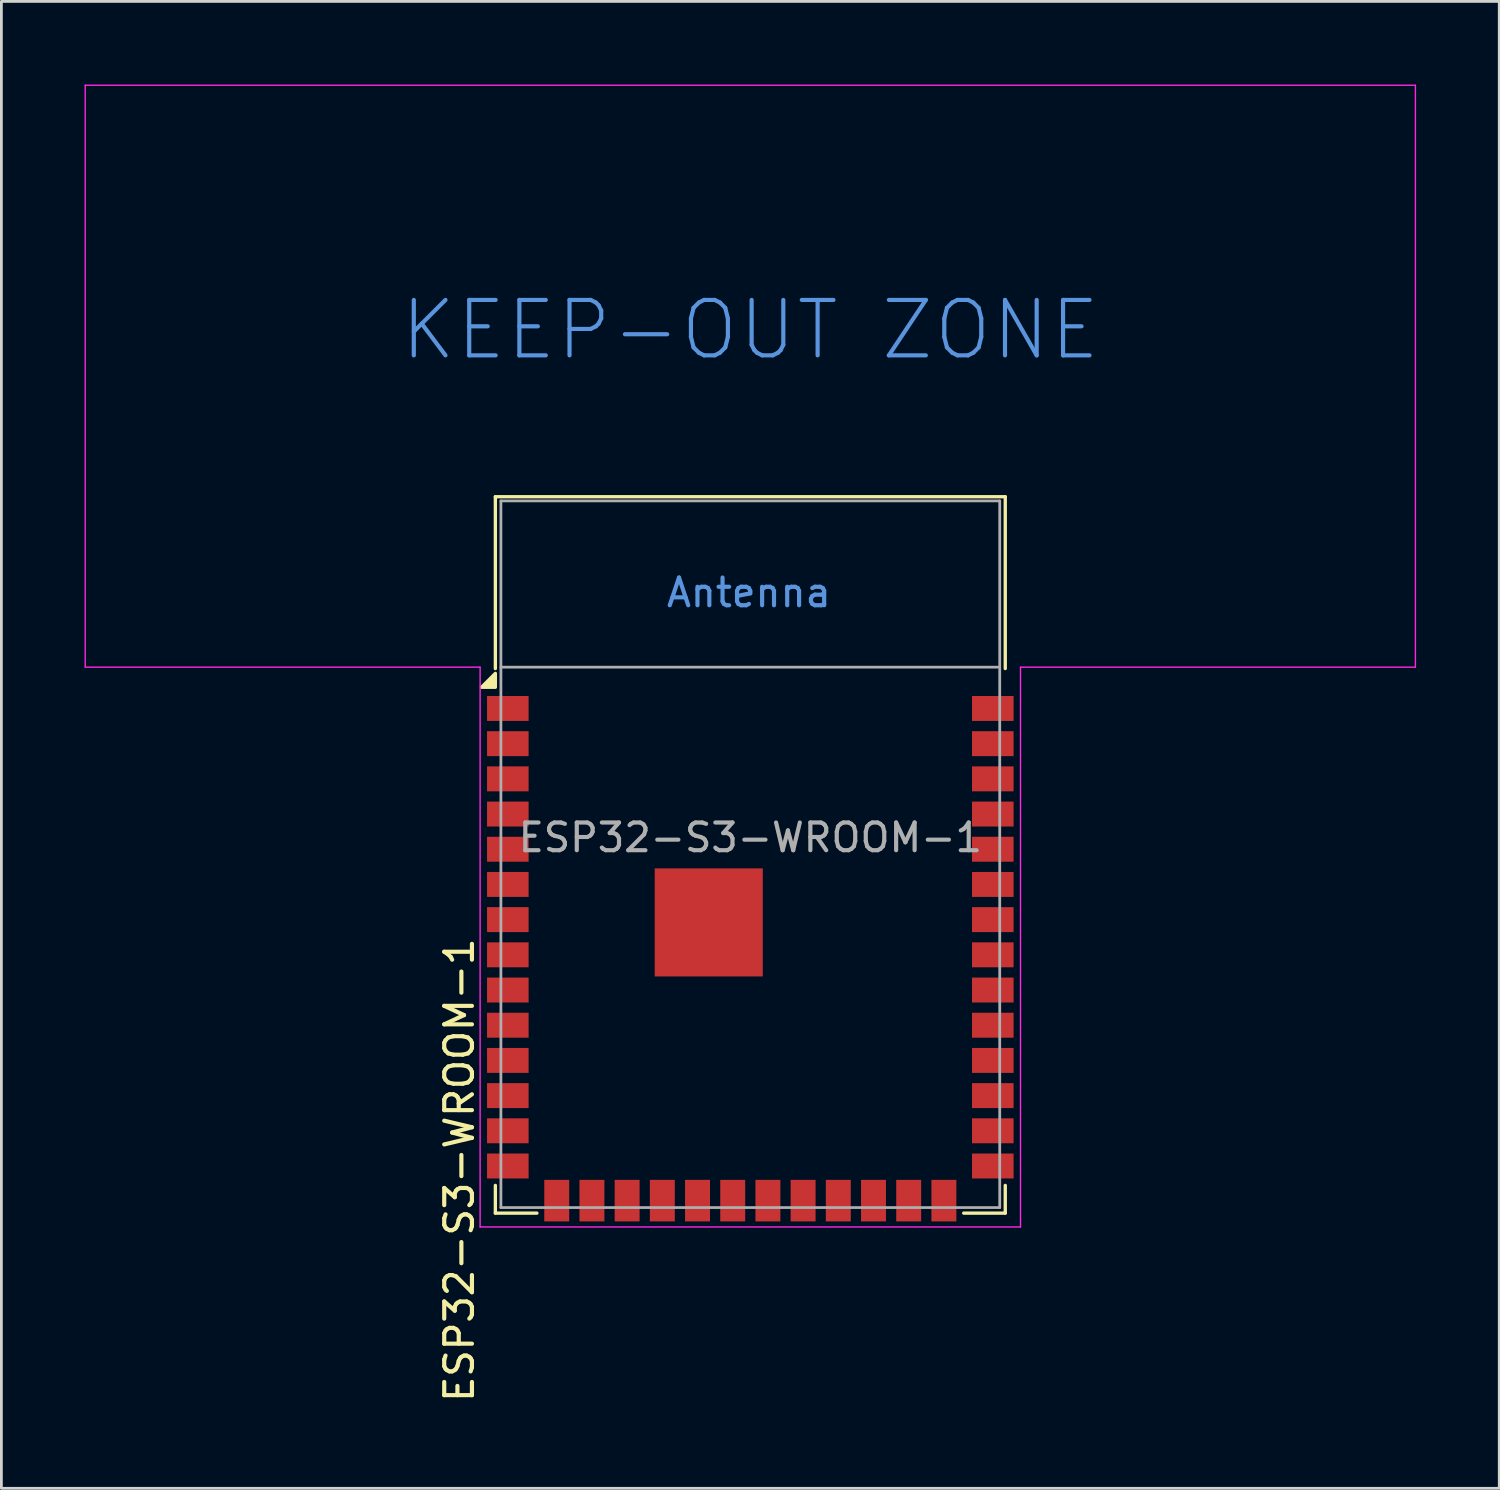
<source format=kicad_pcb>
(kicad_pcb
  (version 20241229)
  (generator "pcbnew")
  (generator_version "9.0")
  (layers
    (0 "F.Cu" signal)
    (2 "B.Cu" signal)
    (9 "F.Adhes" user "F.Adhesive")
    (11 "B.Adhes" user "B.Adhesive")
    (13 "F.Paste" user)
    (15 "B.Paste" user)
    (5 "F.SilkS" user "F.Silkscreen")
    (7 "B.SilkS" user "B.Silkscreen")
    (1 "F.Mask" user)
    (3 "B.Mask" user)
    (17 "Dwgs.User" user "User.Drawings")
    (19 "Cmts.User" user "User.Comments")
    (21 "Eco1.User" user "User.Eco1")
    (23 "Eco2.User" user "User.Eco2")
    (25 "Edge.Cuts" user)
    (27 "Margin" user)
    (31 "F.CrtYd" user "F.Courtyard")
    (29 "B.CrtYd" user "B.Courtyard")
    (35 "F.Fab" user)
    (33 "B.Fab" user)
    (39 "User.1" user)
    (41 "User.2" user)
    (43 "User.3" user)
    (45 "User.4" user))
  (footprint "ESP32-S3-WROOM-1"
    (layer "F.Cu")
    (at 24.025 27.775)
    (property "Reference" "ESP32-S3-WROOM-1" (at -10.5 11.4 90) (unlocked yes) (layer "F.SilkS") (effects (font (size 1 1) (thickness 0.15))))
    (attr smd)
    (fp_line (start -9.2 -12.9) (end -9.2 -6.7) (stroke (width 0.12) (type solid)) (layer "F.SilkS"))
    (fp_line (start -9.2 -12.9) (end 9.2 -12.9) (stroke (width 0.12) (type solid)) (layer "F.SilkS"))
    (fp_line (start -9.2 11.95) (end -9.2 12.95) (stroke (width 0.12) (type solid)) (layer "F.SilkS"))
    (fp_line (start -9.2 12.95) (end -7.7 12.95) (stroke (width 0.12) (type solid)) (layer "F.SilkS"))
    (fp_line (start 9.2 -12.9) (end 9.2 -6.7) (stroke (width 0.12) (type solid)) (layer "F.SilkS"))
    (fp_line (start 9.2 12.95) (end 7.7 12.95) (stroke (width 0.12) (type solid)) (layer "F.SilkS"))
    (fp_line (start 9.2 12.95) (end 9.2 11.95) (stroke (width 0.12) (type solid)) (layer "F.SilkS"))
    (fp_poly (pts (xy -9.2 -6.025) (xy -9.7 -6.025) (xy -9.2 -6.525) (xy -9.2 -6.025)) (stroke (width 0.12) (type solid)) (fill yes) (layer "F.SilkS"))
    (fp_line (start -24 -27.75) (end -24 -6.75) (stroke (width 0.05) (type solid)) (layer "F.CrtYd"))
    (fp_line (start -24 -6.75) (end -9.75 -6.75) (stroke (width 0.05) (type solid)) (layer "F.CrtYd"))
    (fp_line (start -9.75 13.45) (end -9.75 -6.75) (stroke (width 0.05) (type solid)) (layer "F.CrtYd"))
    (fp_line (start -9.75 13.45) (end 9.75 13.45) (stroke (width 0.05) (type solid)) (layer "F.CrtYd"))
    (fp_line (start 9.75 -6.75) (end 9.75 13.45) (stroke (width 0.05) (type solid)) (layer "F.CrtYd"))
    (fp_line (start 9.75 -6.75) (end 24 -6.75) (stroke (width 0.05) (type solid)) (layer "F.CrtYd"))
    (fp_line (start 24 -27.75) (end -24 -27.75) (stroke (width 0.05) (type solid)) (layer "F.CrtYd"))
    (fp_line (start 24 -6.75) (end 24 -27.75) (stroke (width 0.05) (type solid)) (layer "F.CrtYd"))
    (fp_line (start -9 -12.75) (end 9 -12.75) (stroke (width 0.1) (type solid)) (layer "F.Fab"))
    (fp_line (start -9 -6.75) (end 9 -6.75) (stroke (width 0.1) (type solid)) (layer "F.Fab"))
    (fp_line (start -9 12.75) (end -9 -12.75) (stroke (width 0.1) (type solid)) (layer "F.Fab"))
    (fp_line (start -9 12.75) (end 9 12.75) (stroke (width 0.1) (type solid)) (layer "F.Fab"))
    (fp_line (start 9 12.75) (end 9 -12.75) (stroke (width 0.1) (type solid)) (layer "F.Fab"))
    (fp_text user "KEEP-OUT ZONE" (at 0 -18.92 0) (layer "Cmts.User") (effects (font (size 2 2) (thickness 0.15))))
    (fp_text user "Antenna" (at -0.05 -9.44 0) (layer "Cmts.User") (effects (font (size 1 1) (thickness 0.15))))
    (fp_text user "${REFERENCE}" (at 0 -0.6 0) (unlocked yes) (layer "F.Fab") (effects (font (size 1 1) (thickness 0.15))))
    (pad "" smd rect (at -2.9 1.06) (size 0.9 0.9) (layers "F.Paste"))
    (pad "" smd rect (at -2.9 2.46 270) (size 0.9 0.9) (layers "F.Paste"))
    (pad "" smd rect (at -2.9 3.86) (size 0.9 0.9) (layers "F.Paste"))
    (pad "" smd rect (at -1.5 1.06 270) (size 0.9 0.9) (layers "F.Paste"))
    (pad "" smd rect (at -1.5 2.46 270) (size 0.9 0.9) (layers "F.Paste"))
    (pad "" smd rect (at -1.5 3.86 270) (size 0.9 0.9) (layers "F.Paste"))
    (pad "" smd rect (at -0.1 1.06 270) (size 0.9 0.9) (layers "F.Paste"))
    (pad "" smd rect (at -0.1 2.46 270) (size 0.9 0.9) (layers "F.Paste"))
    (pad "" smd rect (at -0.1 3.86 270) (size 0.9 0.9) (layers "F.Paste"))
    (pad "1" smd rect (at -8.75 -5.26) (size 1.5 0.9) (layers "F.Cu" "F.Mask" "F.Paste"))
    (pad "2" smd rect (at -8.75 -3.99) (size 1.5 0.9) (layers "F.Cu" "F.Mask" "F.Paste"))
    (pad "3" smd rect (at -8.75 -2.72) (size 1.5 0.9) (layers "F.Cu" "F.Mask" "F.Paste"))
    (pad "4" smd rect (at -8.75 -1.45) (size 1.5 0.9) (layers "F.Cu" "F.Mask" "F.Paste"))
    (pad "5" smd rect (at -8.75 -0.18) (size 1.5 0.9) (layers "F.Cu" "F.Mask" "F.Paste"))
    (pad "6" smd rect (at -8.75 1.09) (size 1.5 0.9) (layers "F.Cu" "F.Mask" "F.Paste"))
    (pad "7" smd rect (at -8.75 2.36) (size 1.5 0.9) (layers "F.Cu" "F.Mask" "F.Paste"))
    (pad "8" smd rect (at -8.75 3.63) (size 1.5 0.9) (layers "F.Cu" "F.Mask" "F.Paste"))
    (pad "9" smd rect (at -8.75 4.9) (size 1.5 0.9) (layers "F.Cu" "F.Mask" "F.Paste"))
    (pad "10" smd rect (at -8.75 6.17) (size 1.5 0.9) (layers "F.Cu" "F.Mask" "F.Paste"))
    (pad "11" smd rect (at -8.75 7.44) (size 1.5 0.9) (layers "F.Cu" "F.Mask" "F.Paste"))
    (pad "12" smd rect (at -8.75 8.71) (size 1.5 0.9) (layers "F.Cu" "F.Mask" "F.Paste"))
    (pad "13" smd rect (at -8.75 9.98) (size 1.5 0.9) (layers "F.Cu" "F.Mask" "F.Paste"))
    (pad "14" smd rect (at -8.75 11.25 180) (size 1.5 0.9) (layers "F.Cu" "F.Mask" "F.Paste"))
    (pad "15" smd rect (at -6.985 12.5 270) (size 1.5 0.9) (layers "F.Cu" "F.Mask" "F.Paste"))
    (pad "16" smd rect (at -5.715 12.5 270) (size 1.5 0.9) (layers "F.Cu" "F.Mask" "F.Paste"))
    (pad "17" smd rect (at -4.445 12.5 270) (size 1.5 0.9) (layers "F.Cu" "F.Mask" "F.Paste"))
    (pad "18" smd rect (at -3.175 12.5 270) (size 1.5 0.9) (layers "F.Cu" "F.Mask" "F.Paste"))
    (pad "19" smd rect (at -1.905 12.5 270) (size 1.5 0.9) (layers "F.Cu" "F.Mask" "F.Paste"))
    (pad "20" smd rect (at -0.635 12.5 270) (size 1.5 0.9) (layers "F.Cu" "F.Mask" "F.Paste"))
    (pad "21" smd rect (at 0.635 12.5 270) (size 1.5 0.9) (layers "F.Cu" "F.Mask" "F.Paste"))
    (pad "22" smd rect (at 1.905 12.5 270) (size 1.5 0.9) (layers "F.Cu" "F.Mask" "F.Paste"))
    (pad "23" smd rect (at 3.175 12.5 270) (size 1.5 0.9) (layers "F.Cu" "F.Mask" "F.Paste"))
    (pad "24" smd rect (at 4.445 12.5 270) (size 1.5 0.9) (layers "F.Cu" "F.Mask" "F.Paste"))
    (pad "25" smd rect (at 5.715 12.5 270) (size 1.5 0.9) (layers "F.Cu" "F.Mask" "F.Paste"))
    (pad "26" smd rect (at 6.985 12.5 270) (size 1.5 0.9) (layers "F.Cu" "F.Mask" "F.Paste"))
    (pad "27" smd rect (at 8.75 11.25) (size 1.5 0.9) (layers "F.Cu" "F.Mask" "F.Paste"))
    (pad "28" smd rect (at 8.75 9.98) (size 1.5 0.9) (layers "F.Cu" "F.Mask" "F.Paste"))
    (pad "29" smd rect (at 8.75 8.71) (size 1.5 0.9) (layers "F.Cu" "F.Mask" "F.Paste"))
    (pad "30" smd rect (at 8.75 7.44) (size 1.5 0.9) (layers "F.Cu" "F.Mask" "F.Paste"))
    (pad "31" smd rect (at 8.75 6.17) (size 1.5 0.9) (layers "F.Cu" "F.Mask" "F.Paste"))
    (pad "32" smd rect (at 8.75 4.9) (size 1.5 0.9) (layers "F.Cu" "F.Mask" "F.Paste"))
    (pad "33" smd rect (at 8.75 3.63) (size 1.5 0.9) (layers "F.Cu" "F.Mask" "F.Paste"))
    (pad "34" smd rect (at 8.75 2.36) (size 1.5 0.9) (layers "F.Cu" "F.Mask" "F.Paste"))
    (pad "35" smd rect (at 8.75 1.09) (size 1.5 0.9) (layers "F.Cu" "F.Mask" "F.Paste"))
    (pad "36" smd rect (at 8.75 -0.18) (size 1.5 0.9) (layers "F.Cu" "F.Mask" "F.Paste"))
    (pad "37" smd rect (at 8.75 -1.45) (size 1.5 0.9) (layers "F.Cu" "F.Mask" "F.Paste"))
    (pad "38" smd rect (at 8.75 -2.72) (size 1.5 0.9) (layers "F.Cu" "F.Mask" "F.Paste"))
    (pad "39" smd rect (at 8.75 -3.99) (size 1.5 0.9) (layers "F.Cu" "F.Mask" "F.Paste"))
    (pad "40" smd rect (at 8.75 -5.26) (size 1.5 0.9) (layers "F.Cu" "F.Mask" "F.Paste"))
    (pad "41" smd rect (at -1.5 2.46 270) (size 3.9 3.9) (layers "F.Cu" "F.Mask"))
    (zone (net_name "") (layers "F.Cu" "B.Cu") (hatch full 0.508) (connect_pads) (min_thickness 0.254) (filled_areas_thickness no) (keepout (tracks allowed) (vias not_allowed) (pads not_allowed) (copperpour not_allowed) (footprints not_allowed)) (placement (enabled no)) (fill) (polygon (pts (xy 0.025 21.025) (xy 35.325 21.025) (xy 35.325 0.025) (xy 0.025 0.025)))))
  (gr_rect
    (start -3 -3)
    (end 51.05 50.657)
    (stroke (width 0.1) (type default))
    (fill no)
    (layer "Edge.Cuts")))
</source>
